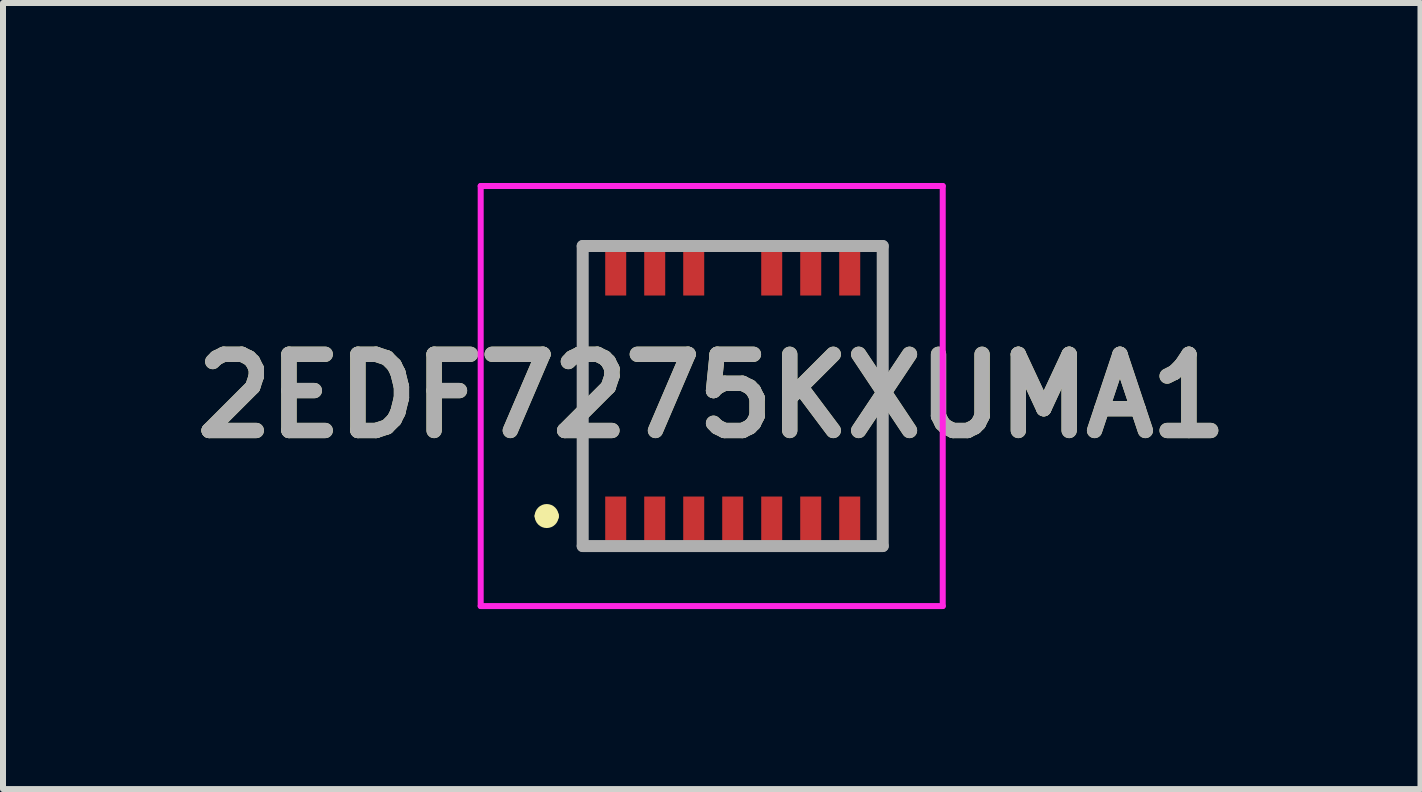
<source format=kicad_pcb>
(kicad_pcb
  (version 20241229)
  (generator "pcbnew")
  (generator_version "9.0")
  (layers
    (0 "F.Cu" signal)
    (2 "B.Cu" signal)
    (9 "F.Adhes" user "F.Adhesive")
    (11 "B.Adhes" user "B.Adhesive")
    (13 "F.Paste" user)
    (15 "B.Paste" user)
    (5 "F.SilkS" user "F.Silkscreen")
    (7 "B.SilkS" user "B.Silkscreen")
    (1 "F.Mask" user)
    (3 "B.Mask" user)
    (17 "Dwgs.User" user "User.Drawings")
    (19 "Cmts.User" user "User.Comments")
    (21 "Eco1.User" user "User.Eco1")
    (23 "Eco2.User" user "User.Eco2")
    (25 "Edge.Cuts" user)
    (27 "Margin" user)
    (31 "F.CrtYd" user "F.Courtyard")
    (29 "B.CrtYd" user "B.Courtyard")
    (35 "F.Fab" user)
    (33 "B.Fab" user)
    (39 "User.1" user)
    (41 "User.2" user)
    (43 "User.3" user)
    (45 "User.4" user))
  (footprint "2EDF7275KXUMA1"
    (layer "F.Cu")
    (at 9.161 3.55)
    (property "Reference" "2EDF7275KXUMA1" (at -0.35 0 0) (layer "F.SilkS") (effects (font (size 1.27 1.27) (thickness 0.254))))
    (attr smd)
    (fp_line (start -3.2 2) (end -3.2 2) (stroke (width 0.2) (type solid)) (layer "F.SilkS"))
    (fp_line (start -3 2) (end -3 2) (stroke (width 0.2) (type solid)) (layer "F.SilkS"))
    (fp_line (start -2.5 -2.5) (end -2.5 2.5) (stroke (width 0.1) (type solid)) (layer "F.SilkS"))
    (fp_line (start 2.5 -2.5) (end 2.5 2.4) (stroke (width 0.1) (type solid)) (layer "F.SilkS"))
    (fp_arc (start -3.2 2) (mid -3.1 1.9) (end -3 2) (stroke (width 0.2) (type solid)) (layer "F.SilkS"))
    (fp_arc (start -3 2) (mid -3.1 2.1) (end -3.2 2) (stroke (width 0.2) (type solid)) (layer "F.SilkS"))
    (fp_line (start -4.2 -3.5) (end 3.5 -3.5) (stroke (width 0.1) (type solid)) (layer "F.CrtYd"))
    (fp_line (start -4.2 3.5) (end -4.2 -3.5) (stroke (width 0.1) (type solid)) (layer "F.CrtYd"))
    (fp_line (start 3.5 -3.5) (end 3.5 3.5) (stroke (width 0.1) (type solid)) (layer "F.CrtYd"))
    (fp_line (start 3.5 3.5) (end -4.2 3.5) (stroke (width 0.1) (type solid)) (layer "F.CrtYd"))
    (fp_line (start -2.5 -2.5) (end 2.5 -2.5) (stroke (width 0.2) (type solid)) (layer "F.Fab"))
    (fp_line (start -2.5 2.5) (end -2.5 -2.5) (stroke (width 0.2) (type solid)) (layer "F.Fab"))
    (fp_line (start 2.5 -2.5) (end 2.5 2.5) (stroke (width 0.2) (type solid)) (layer "F.Fab"))
    (fp_line (start 2.5 2.5) (end -2.5 2.5) (stroke (width 0.2) (type solid)) (layer "F.Fab"))
    (fp_text user "${REFERENCE}" (at -0.35 0 0) (layer "F.Fab") (effects (font (size 1.27 1.27) (thickness 0.254))))
    (pad "1" smd rect (at -1.95 2.075) (size 0.35 0.8) (layers "F.Cu" "F.Mask" "F.Paste"))
    (pad "2" smd rect (at -1.3 2.075) (size 0.35 0.8) (layers "F.Cu" "F.Mask" "F.Paste"))
    (pad "3" smd rect (at -0.65 2.075) (size 0.35 0.8) (layers "F.Cu" "F.Mask" "F.Paste"))
    (pad "4" smd rect (at 0 2.075) (size 0.35 0.8) (layers "F.Cu" "F.Mask" "F.Paste"))
    (pad "5" smd rect (at 0.65 2.075) (size 0.35 0.8) (layers "F.Cu" "F.Mask" "F.Paste"))
    (pad "6" smd rect (at 1.3 2.075) (size 0.35 0.8) (layers "F.Cu" "F.Mask" "F.Paste"))
    (pad "7" smd rect (at 1.95 2.075) (size 0.35 0.8) (layers "F.Cu" "F.Mask" "F.Paste"))
    (pad "8" smd rect (at 1.95 -2.075) (size 0.35 0.8) (layers "F.Cu" "F.Mask" "F.Paste"))
    (pad "9" smd rect (at 1.3 -2.075) (size 0.35 0.8) (layers "F.Cu" "F.Mask" "F.Paste"))
    (pad "10" smd rect (at 0.65 -2.075) (size 0.35 0.8) (layers "F.Cu" "F.Mask" "F.Paste"))
    (pad "11" smd rect (at -0.65 -2.075) (size 0.35 0.8) (layers "F.Cu" "F.Mask" "F.Paste"))
    (pad "12" smd rect (at -1.3 -2.075) (size 0.35 0.8) (layers "F.Cu" "F.Mask" "F.Paste"))
    (pad "13" smd rect (at -1.95 -2.075) (size 0.35 0.8) (layers "F.Cu" "F.Mask" "F.Paste")))
  (gr_rect
    (start -3 -3)
    (end 20.623 10.1)
    (stroke (width 0.1) (type default))
    (fill no)
    (layer "Edge.Cuts")))
</source>
